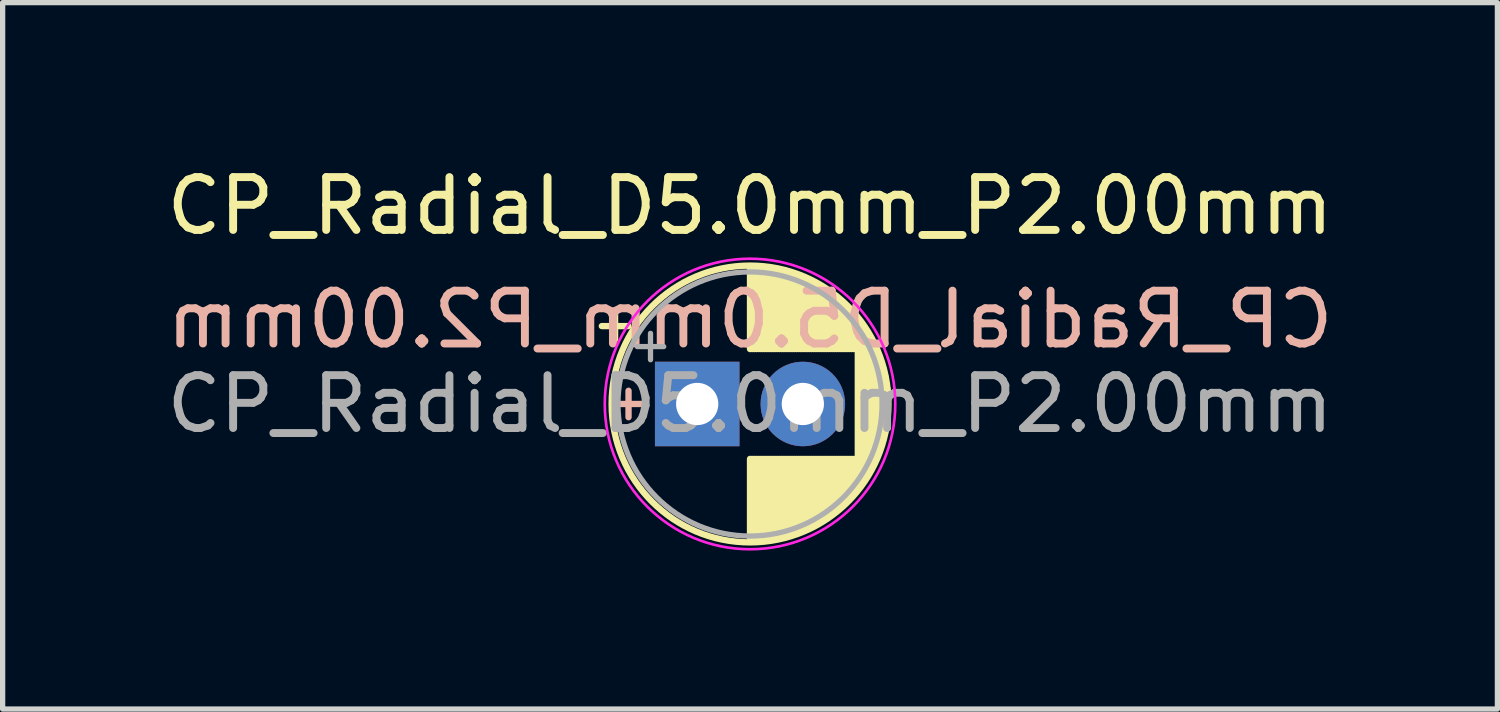
<source format=kicad_pcb>
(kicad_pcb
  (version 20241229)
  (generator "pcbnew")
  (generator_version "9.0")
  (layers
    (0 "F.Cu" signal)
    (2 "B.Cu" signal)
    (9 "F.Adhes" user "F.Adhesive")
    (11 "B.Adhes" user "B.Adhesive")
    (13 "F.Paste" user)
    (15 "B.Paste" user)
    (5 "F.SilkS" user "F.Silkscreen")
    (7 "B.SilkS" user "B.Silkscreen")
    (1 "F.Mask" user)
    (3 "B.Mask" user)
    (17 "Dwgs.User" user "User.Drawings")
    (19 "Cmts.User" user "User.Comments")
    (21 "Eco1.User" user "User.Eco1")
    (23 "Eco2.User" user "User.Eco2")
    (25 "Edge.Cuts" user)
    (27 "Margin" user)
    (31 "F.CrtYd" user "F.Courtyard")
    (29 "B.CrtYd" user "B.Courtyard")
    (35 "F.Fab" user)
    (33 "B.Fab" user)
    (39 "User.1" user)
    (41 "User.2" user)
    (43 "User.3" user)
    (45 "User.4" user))
  (footprint "CP_Radial_D5.0mm_P2.00mm"
    (layer "F.Cu")
    (at 10.149 4.598)
    (property "Reference" "CP_Radial_D5.0mm_P2.00mm" (at 1 -3.75 0) (layer "F.SilkS") (effects (font (size 1 1) (thickness 0.15))))
    (fp_line (start -1.805 -1.475) (end -1.305 -1.475) (stroke (width 0.12) (type solid)) (layer "F.SilkS"))
    (fp_line (start -1.555 -1.725) (end -1.555 -1.225) (stroke (width 0.12) (type solid)) (layer "F.SilkS"))
    (fp_line (start 1 -2.58) (end 1 -1.04) (stroke (width 0.12) (type solid)) (layer "F.SilkS"))
    (fp_line (start 1 1.04) (end 1 2.58) (stroke (width 0.12) (type solid)) (layer "F.SilkS"))
    (fp_line (start 1.04 -2.58) (end 1.04 -1.04) (stroke (width 0.12) (type solid)) (layer "F.SilkS"))
    (fp_line (start 1.04 1.04) (end 1.04 2.58) (stroke (width 0.12) (type solid)) (layer "F.SilkS"))
    (fp_line (start 1.08 -2.579) (end 1.08 -1.04) (stroke (width 0.12) (type solid)) (layer "F.SilkS"))
    (fp_line (start 1.08 1.04) (end 1.08 2.579) (stroke (width 0.12) (type solid)) (layer "F.SilkS"))
    (fp_line (start 1.12 -2.578) (end 1.12 -1.04) (stroke (width 0.12) (type solid)) (layer "F.SilkS"))
    (fp_line (start 1.12 1.04) (end 1.12 2.578) (stroke (width 0.12) (type solid)) (layer "F.SilkS"))
    (fp_line (start 1.16 -2.576) (end 1.16 -1.04) (stroke (width 0.12) (type solid)) (layer "F.SilkS"))
    (fp_line (start 1.16 1.04) (end 1.16 2.576) (stroke (width 0.12) (type solid)) (layer "F.SilkS"))
    (fp_line (start 1.2 -2.573) (end 1.2 -1.04) (stroke (width 0.12) (type solid)) (layer "F.SilkS"))
    (fp_line (start 1.2 1.04) (end 1.2 2.573) (stroke (width 0.12) (type solid)) (layer "F.SilkS"))
    (fp_line (start 1.24 -2.569) (end 1.24 -1.04) (stroke (width 0.12) (type solid)) (layer "F.SilkS"))
    (fp_line (start 1.24 1.04) (end 1.24 2.569) (stroke (width 0.12) (type solid)) (layer "F.SilkS"))
    (fp_line (start 1.28 -2.565) (end 1.28 -1.04) (stroke (width 0.12) (type solid)) (layer "F.SilkS"))
    (fp_line (start 1.28 1.04) (end 1.28 2.565) (stroke (width 0.12) (type solid)) (layer "F.SilkS"))
    (fp_line (start 1.32 -2.561) (end 1.32 -1.04) (stroke (width 0.12) (type solid)) (layer "F.SilkS"))
    (fp_line (start 1.32 1.04) (end 1.32 2.561) (stroke (width 0.12) (type solid)) (layer "F.SilkS"))
    (fp_line (start 1.36 -2.556) (end 1.36 -1.04) (stroke (width 0.12) (type solid)) (layer "F.SilkS"))
    (fp_line (start 1.36 1.04) (end 1.36 2.556) (stroke (width 0.12) (type solid)) (layer "F.SilkS"))
    (fp_line (start 1.4 -2.55) (end 1.4 -1.04) (stroke (width 0.12) (type solid)) (layer "F.SilkS"))
    (fp_line (start 1.4 1.04) (end 1.4 2.55) (stroke (width 0.12) (type solid)) (layer "F.SilkS"))
    (fp_line (start 1.44 -2.543) (end 1.44 -1.04) (stroke (width 0.12) (type solid)) (layer "F.SilkS"))
    (fp_line (start 1.44 1.04) (end 1.44 2.543) (stroke (width 0.12) (type solid)) (layer "F.SilkS"))
    (fp_line (start 1.48 -2.536) (end 1.48 -1.04) (stroke (width 0.12) (type solid)) (layer "F.SilkS"))
    (fp_line (start 1.48 1.04) (end 1.48 2.536) (stroke (width 0.12) (type solid)) (layer "F.SilkS"))
    (fp_line (start 1.52 -2.528) (end 1.52 -1.04) (stroke (width 0.12) (type solid)) (layer "F.SilkS"))
    (fp_line (start 1.52 1.04) (end 1.52 2.528) (stroke (width 0.12) (type solid)) (layer "F.SilkS"))
    (fp_line (start 1.56 -2.52) (end 1.56 -1.04) (stroke (width 0.12) (type solid)) (layer "F.SilkS"))
    (fp_line (start 1.56 1.04) (end 1.56 2.52) (stroke (width 0.12) (type solid)) (layer "F.SilkS"))
    (fp_line (start 1.6 -2.511) (end 1.6 -1.04) (stroke (width 0.12) (type solid)) (layer "F.SilkS"))
    (fp_line (start 1.6 1.04) (end 1.6 2.511) (stroke (width 0.12) (type solid)) (layer "F.SilkS"))
    (fp_line (start 1.64 -2.501) (end 1.64 -1.04) (stroke (width 0.12) (type solid)) (layer "F.SilkS"))
    (fp_line (start 1.64 1.04) (end 1.64 2.501) (stroke (width 0.12) (type solid)) (layer "F.SilkS"))
    (fp_line (start 1.68 -2.491) (end 1.68 -1.04) (stroke (width 0.12) (type solid)) (layer "F.SilkS"))
    (fp_line (start 1.68 1.04) (end 1.68 2.491) (stroke (width 0.12) (type solid)) (layer "F.SilkS"))
    (fp_line (start 1.721 -2.48) (end 1.721 -1.04) (stroke (width 0.12) (type solid)) (layer "F.SilkS"))
    (fp_line (start 1.721 1.04) (end 1.721 2.48) (stroke (width 0.12) (type solid)) (layer "F.SilkS"))
    (fp_line (start 1.761 -2.468) (end 1.761 -1.04) (stroke (width 0.12) (type solid)) (layer "F.SilkS"))
    (fp_line (start 1.761 1.04) (end 1.761 2.468) (stroke (width 0.12) (type solid)) (layer "F.SilkS"))
    (fp_line (start 1.801 -2.455) (end 1.801 -1.04) (stroke (width 0.12) (type solid)) (layer "F.SilkS"))
    (fp_line (start 1.801 1.04) (end 1.801 2.455) (stroke (width 0.12) (type solid)) (layer "F.SilkS"))
    (fp_line (start 1.841 -2.442) (end 1.841 -1.04) (stroke (width 0.12) (type solid)) (layer "F.SilkS"))
    (fp_line (start 1.841 1.04) (end 1.841 2.442) (stroke (width 0.12) (type solid)) (layer "F.SilkS"))
    (fp_line (start 1.881 -2.428) (end 1.881 -1.04) (stroke (width 0.12) (type solid)) (layer "F.SilkS"))
    (fp_line (start 1.881 1.04) (end 1.881 2.428) (stroke (width 0.12) (type solid)) (layer "F.SilkS"))
    (fp_line (start 1.921 -2.414) (end 1.921 -1.04) (stroke (width 0.12) (type solid)) (layer "F.SilkS"))
    (fp_line (start 1.921 1.04) (end 1.921 2.414) (stroke (width 0.12) (type solid)) (layer "F.SilkS"))
    (fp_line (start 1.961 -2.398) (end 1.961 -1.04) (stroke (width 0.12) (type solid)) (layer "F.SilkS"))
    (fp_line (start 1.961 1.04) (end 1.961 2.398) (stroke (width 0.12) (type solid)) (layer "F.SilkS"))
    (fp_line (start 2.001 -2.382) (end 2.001 -1.04) (stroke (width 0.12) (type solid)) (layer "F.SilkS"))
    (fp_line (start 2.001 1.04) (end 2.001 2.382) (stroke (width 0.12) (type solid)) (layer "F.SilkS"))
    (fp_line (start 2.041 -2.365) (end 2.041 -1.04) (stroke (width 0.12) (type solid)) (layer "F.SilkS"))
    (fp_line (start 2.041 1.04) (end 2.041 2.365) (stroke (width 0.12) (type solid)) (layer "F.SilkS"))
    (fp_line (start 2.081 -2.348) (end 2.081 -1.04) (stroke (width 0.12) (type solid)) (layer "F.SilkS"))
    (fp_line (start 2.081 1.04) (end 2.081 2.348) (stroke (width 0.12) (type solid)) (layer "F.SilkS"))
    (fp_line (start 2.121 -2.329) (end 2.121 -1.04) (stroke (width 0.12) (type solid)) (layer "F.SilkS"))
    (fp_line (start 2.121 1.04) (end 2.121 2.329) (stroke (width 0.12) (type solid)) (layer "F.SilkS"))
    (fp_line (start 2.161 -2.31) (end 2.161 -1.04) (stroke (width 0.12) (type solid)) (layer "F.SilkS"))
    (fp_line (start 2.161 1.04) (end 2.161 2.31) (stroke (width 0.12) (type solid)) (layer "F.SilkS"))
    (fp_line (start 2.201 -2.29) (end 2.201 -1.04) (stroke (width 0.12) (type solid)) (layer "F.SilkS"))
    (fp_line (start 2.201 1.04) (end 2.201 2.29) (stroke (width 0.12) (type solid)) (layer "F.SilkS"))
    (fp_line (start 2.241 -2.268) (end 2.241 -1.04) (stroke (width 0.12) (type solid)) (layer "F.SilkS"))
    (fp_line (start 2.241 1.04) (end 2.241 2.268) (stroke (width 0.12) (type solid)) (layer "F.SilkS"))
    (fp_line (start 2.281 -2.247) (end 2.281 -1.04) (stroke (width 0.12) (type solid)) (layer "F.SilkS"))
    (fp_line (start 2.281 1.04) (end 2.281 2.247) (stroke (width 0.12) (type solid)) (layer "F.SilkS"))
    (fp_line (start 2.321 -2.224) (end 2.321 -1.04) (stroke (width 0.12) (type solid)) (layer "F.SilkS"))
    (fp_line (start 2.321 1.04) (end 2.321 2.224) (stroke (width 0.12) (type solid)) (layer "F.SilkS"))
    (fp_line (start 2.361 -2.2) (end 2.361 -1.04) (stroke (width 0.12) (type solid)) (layer "F.SilkS"))
    (fp_line (start 2.361 1.04) (end 2.361 2.2) (stroke (width 0.12) (type solid)) (layer "F.SilkS"))
    (fp_line (start 2.401 -2.175) (end 2.401 -1.04) (stroke (width 0.12) (type solid)) (layer "F.SilkS"))
    (fp_line (start 2.401 1.04) (end 2.401 2.175) (stroke (width 0.12) (type solid)) (layer "F.SilkS"))
    (fp_line (start 2.441 -2.149) (end 2.441 -1.04) (stroke (width 0.12) (type solid)) (layer "F.SilkS"))
    (fp_line (start 2.441 1.04) (end 2.441 2.149) (stroke (width 0.12) (type solid)) (layer "F.SilkS"))
    (fp_line (start 2.481 -2.122) (end 2.481 -1.04) (stroke (width 0.12) (type solid)) (layer "F.SilkS"))
    (fp_line (start 2.481 1.04) (end 2.481 2.122) (stroke (width 0.12) (type solid)) (layer "F.SilkS"))
    (fp_line (start 2.521 -2.095) (end 2.521 -1.04) (stroke (width 0.12) (type solid)) (layer "F.SilkS"))
    (fp_line (start 2.521 1.04) (end 2.521 2.095) (stroke (width 0.12) (type solid)) (layer "F.SilkS"))
    (fp_line (start 2.561 -2.065) (end 2.561 -1.04) (stroke (width 0.12) (type solid)) (layer "F.SilkS"))
    (fp_line (start 2.561 1.04) (end 2.561 2.065) (stroke (width 0.12) (type solid)) (layer "F.SilkS"))
    (fp_line (start 2.601 -2.035) (end 2.601 -1.04) (stroke (width 0.12) (type solid)) (layer "F.SilkS"))
    (fp_line (start 2.601 1.04) (end 2.601 2.035) (stroke (width 0.12) (type solid)) (layer "F.SilkS"))
    (fp_line (start 2.641 -2.004) (end 2.641 -1.04) (stroke (width 0.12) (type solid)) (layer "F.SilkS"))
    (fp_line (start 2.641 1.04) (end 2.641 2.004) (stroke (width 0.12) (type solid)) (layer "F.SilkS"))
    (fp_line (start 2.681 -1.971) (end 2.681 -1.04) (stroke (width 0.12) (type solid)) (layer "F.SilkS"))
    (fp_line (start 2.681 1.04) (end 2.681 1.971) (stroke (width 0.12) (type solid)) (layer "F.SilkS"))
    (fp_line (start 2.721 -1.937) (end 2.721 -1.04) (stroke (width 0.12) (type solid)) (layer "F.SilkS"))
    (fp_line (start 2.721 1.04) (end 2.721 1.937) (stroke (width 0.12) (type solid)) (layer "F.SilkS"))
    (fp_line (start 2.761 -1.901) (end 2.761 -1.04) (stroke (width 0.12) (type solid)) (layer "F.SilkS"))
    (fp_line (start 2.761 1.04) (end 2.761 1.901) (stroke (width 0.12) (type solid)) (layer "F.SilkS"))
    (fp_line (start 2.801 -1.864) (end 2.801 -1.04) (stroke (width 0.12) (type solid)) (layer "F.SilkS"))
    (fp_line (start 2.801 1.04) (end 2.801 1.864) (stroke (width 0.12) (type solid)) (layer "F.SilkS"))
    (fp_line (start 2.841 -1.826) (end 2.841 -1.04) (stroke (width 0.12) (type solid)) (layer "F.SilkS"))
    (fp_line (start 2.841 1.04) (end 2.841 1.826) (stroke (width 0.12) (type solid)) (layer "F.SilkS"))
    (fp_line (start 2.881 -1.785) (end 2.881 -1.04) (stroke (width 0.12) (type solid)) (layer "F.SilkS"))
    (fp_line (start 2.881 1.04) (end 2.881 1.785) (stroke (width 0.12) (type solid)) (layer "F.SilkS"))
    (fp_line (start 2.921 -1.743) (end 2.921 -1.04) (stroke (width 0.12) (type solid)) (layer "F.SilkS"))
    (fp_line (start 2.921 1.04) (end 2.921 1.743) (stroke (width 0.12) (type solid)) (layer "F.SilkS"))
    (fp_line (start 2.961 -1.699) (end 2.961 -1.04) (stroke (width 0.12) (type solid)) (layer "F.SilkS"))
    (fp_line (start 2.961 1.04) (end 2.961 1.699) (stroke (width 0.12) (type solid)) (layer "F.SilkS"))
    (fp_line (start 3.001 -1.653) (end 3.001 -1.04) (stroke (width 0.12) (type solid)) (layer "F.SilkS"))
    (fp_line (start 3.001 1.04) (end 3.001 1.653) (stroke (width 0.12) (type solid)) (layer "F.SilkS"))
    (fp_line (start 3.041 -1.605) (end 3.041 1.605) (stroke (width 0.12) (type solid)) (layer "F.SilkS"))
    (fp_line (start 3.081 -1.554) (end 3.081 1.554) (stroke (width 0.12) (type solid)) (layer "F.SilkS"))
    (fp_line (start 3.121 -1.5) (end 3.121 1.5) (stroke (width 0.12) (type solid)) (layer "F.SilkS"))
    (fp_line (start 3.161 -1.443) (end 3.161 1.443) (stroke (width 0.12) (type solid)) (layer "F.SilkS"))
    (fp_line (start 3.201 -1.383) (end 3.201 1.383) (stroke (width 0.12) (type solid)) (layer "F.SilkS"))
    (fp_line (start 3.241 -1.319) (end 3.241 1.319) (stroke (width 0.12) (type solid)) (layer "F.SilkS"))
    (fp_line (start 3.281 -1.251) (end 3.281 1.251) (stroke (width 0.12) (type solid)) (layer "F.SilkS"))
    (fp_line (start 3.321 -1.178) (end 3.321 1.178) (stroke (width 0.12) (type solid)) (layer "F.SilkS"))
    (fp_line (start 3.361 -1.098) (end 3.361 1.098) (stroke (width 0.12) (type solid)) (layer "F.SilkS"))
    (fp_line (start 3.401 -1.011) (end 3.401 1.011) (stroke (width 0.12) (type solid)) (layer "F.SilkS"))
    (fp_line (start 3.441 -0.915) (end 3.441 0.915) (stroke (width 0.12) (type solid)) (layer "F.SilkS"))
    (fp_line (start 3.481 -0.805) (end 3.481 0.805) (stroke (width 0.12) (type solid)) (layer "F.SilkS"))
    (fp_line (start 3.521 -0.677) (end 3.521 0.677) (stroke (width 0.12) (type solid)) (layer "F.SilkS"))
    (fp_line (start 3.561 -0.518) (end 3.561 0.518) (stroke (width 0.12) (type solid)) (layer "F.SilkS"))
    (fp_line (start 3.601 -0.284) (end 3.601 0.284) (stroke (width 0.12) (type solid)) (layer "F.SilkS"))
    (fp_circle (center 1 0) (end 3.62 0) (stroke (width 0.12) (type solid)) (fill no) (layer "F.SilkS"))
    (fp_line (start -1.3 -0.25) (end -1.3 0.25) (stroke (width 0.12) (type solid)) (layer "B.SilkS"))
    (fp_line (start -1.05 0) (end -1.55 0) (stroke (width 0.12) (type solid)) (layer "B.SilkS"))
    (fp_circle (center 1 0) (end 3.75 0) (stroke (width 0.05) (type solid)) (fill no) (layer "F.CrtYd"))
    (fp_line (start -1.134 -1.087) (end -0.634 -1.087) (stroke (width 0.1) (type solid)) (layer "F.Fab"))
    (fp_line (start -0.884 -1.337) (end -0.884 -0.838) (stroke (width 0.1) (type solid)) (layer "F.Fab"))
    (fp_circle (center 1 0) (end 3.5 0) (stroke (width 0.1) (type solid)) (fill no) (layer "F.Fab"))
    (fp_text user "${REFERENCE}" (at 1 -1.6 0) (layer "B.SilkS") (effects (font (size 1 1) (thickness 0.15)) (justify mirror)))
    (fp_text user "${REFERENCE}" (at 1 0 0) (layer "F.Fab") (effects (font (size 1 1) (thickness 0.15))))
    (pad "1" thru_hole rect (at 0 0) (size 1.6 1.6) (drill 0.8) (layers "*.Cu" "*.Mask"))
    (pad "2" thru_hole circle (at 2 0) (size 1.6 1.6) (drill 0.8) (layers "*.Cu" "*.Mask")))
  (gr_rect
    (start -3 -3)
    (end 25.298 10.373)
    (stroke (width 0.1) (type default))
    (fill no)
    (layer "Edge.Cuts")))
</source>
